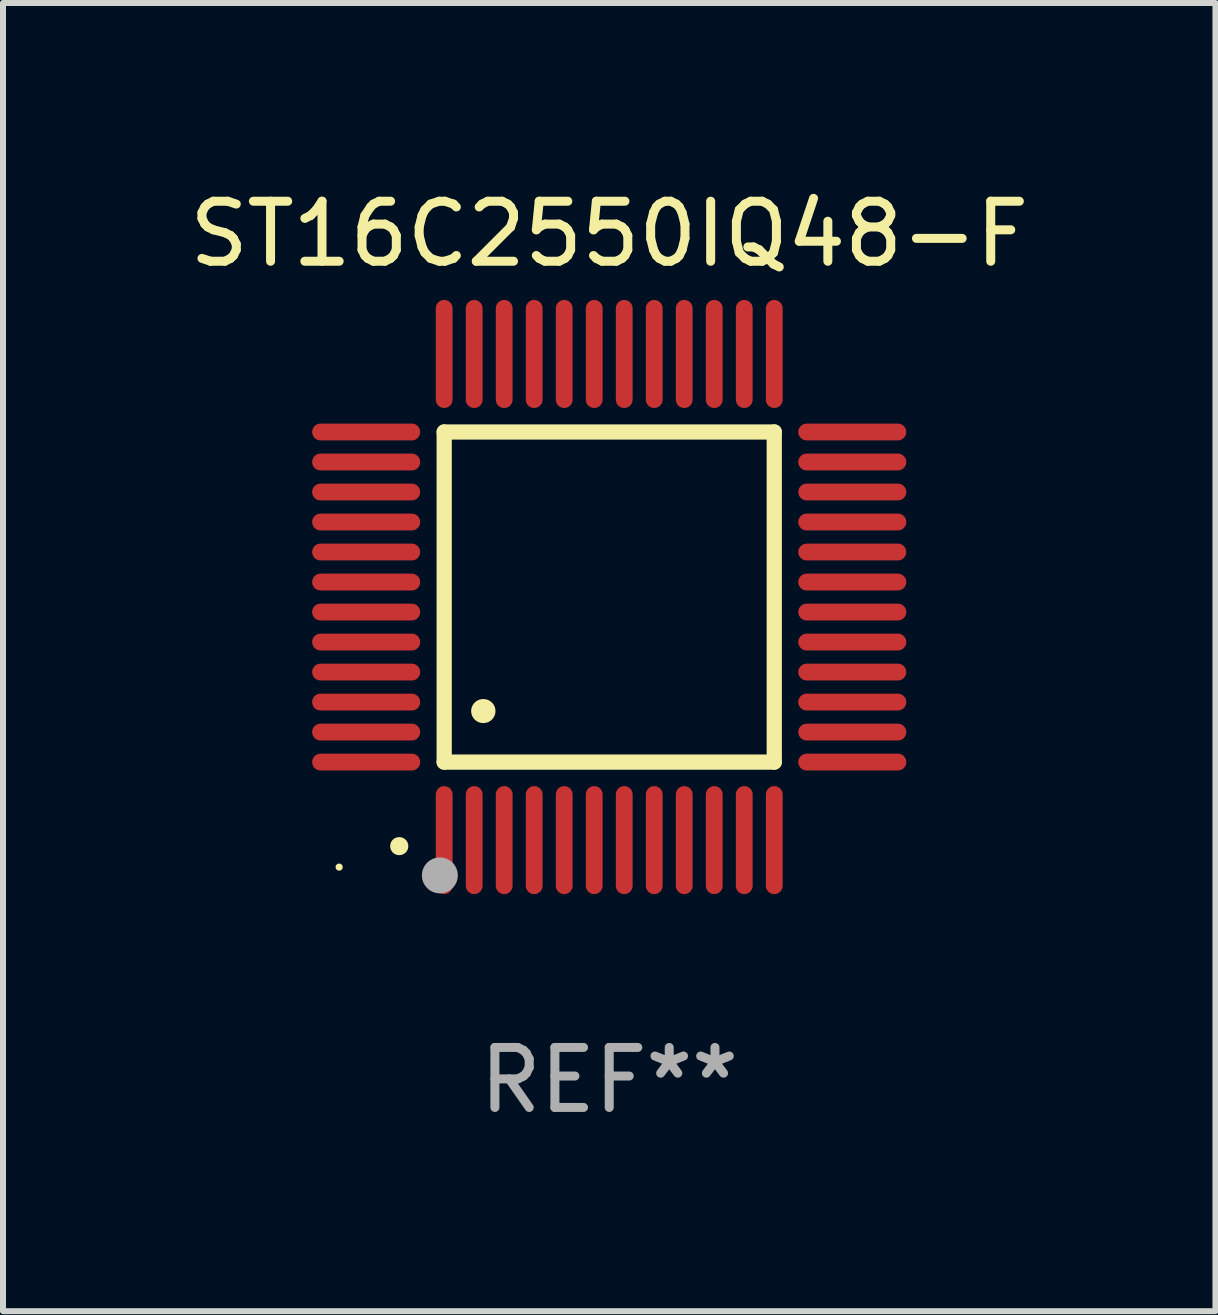
<source format=kicad_pcb>
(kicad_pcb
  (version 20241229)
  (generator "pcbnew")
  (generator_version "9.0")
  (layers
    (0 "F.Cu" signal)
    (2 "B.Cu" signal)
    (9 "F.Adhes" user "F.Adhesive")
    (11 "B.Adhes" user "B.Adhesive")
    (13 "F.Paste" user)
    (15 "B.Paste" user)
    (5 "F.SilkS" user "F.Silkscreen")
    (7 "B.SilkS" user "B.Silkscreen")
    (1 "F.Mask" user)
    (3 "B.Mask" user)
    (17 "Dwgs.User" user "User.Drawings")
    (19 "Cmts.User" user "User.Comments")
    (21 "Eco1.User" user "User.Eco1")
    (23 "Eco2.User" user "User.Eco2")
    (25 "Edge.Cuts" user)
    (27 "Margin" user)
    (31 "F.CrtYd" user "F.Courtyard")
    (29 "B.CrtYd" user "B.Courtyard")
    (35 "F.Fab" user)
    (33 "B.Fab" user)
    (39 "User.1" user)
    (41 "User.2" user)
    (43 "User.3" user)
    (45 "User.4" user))
  (footprint "ST16C2550IQ48-F"
    (layer "F.Cu")
    (at 7.101 6.898)
    (property "Reference" "ST16C2550IQ48-F" (at 0 -6.05 0) (layer "F.SilkS") (effects (font (size 1 1) (thickness 0.15))))
    (attr through_hole)
    (fp_line (start -2.75 -2.75) (end 2.75 -2.75) (stroke (width 0.254) (type solid)) (layer "F.SilkS"))
    (fp_line (start -2.75 2.75) (end -2.75 -2.75) (stroke (width 0.254) (type solid)) (layer "F.SilkS"))
    (fp_line (start 2.75 -2.75) (end 2.75 2.75) (stroke (width 0.254) (type solid)) (layer "F.SilkS"))
    (fp_line (start 2.75 2.75) (end -2.75 2.75) (stroke (width 0.254) (type solid)) (layer "F.SilkS"))
    (fp_arc (start -3.500127 4.150368) (mid -3.498857 4.150363) (end -3.497587 4.150368) (stroke (width 0.3) (type solid)) (layer "F.SilkS"))
    (fp_arc (start -2.100584 1.899924) (mid -2.098044 1.899908) (end -2.095504 1.899924) (stroke (width 0.4) (type solid)) (layer "F.SilkS"))
    (fp_circle (center -4.5 4.5) (end -4.47 4.5) (stroke (width 0.06) (type solid)) (fill no) (layer "F.SilkS"))
    (fp_circle (center -2.822 4.638) (end -2.672 4.638) (stroke (width 0.3) (type solid)) (fill no) (layer "F.Fab"))
    (fp_text user "REF**" (at 0 8.05 0) (layer "F.Fab") (effects (font (size 1 1) (thickness 0.15))))
    (pad "1" smd oval (at -2.75 4.05) (size 0.28 1.8) (layers "F.Cu" "F.Mask" "F.Paste"))
    (pad "2" smd oval (at -2.25 4.05) (size 0.28 1.8) (layers "F.Cu" "F.Mask" "F.Paste"))
    (pad "3" smd oval (at -1.75 4.05) (size 0.28 1.8) (layers "F.Cu" "F.Mask" "F.Paste"))
    (pad "4" smd oval (at -1.25 4.05) (size 0.28 1.8) (layers "F.Cu" "F.Mask" "F.Paste"))
    (pad "5" smd oval (at -0.75 4.05) (size 0.28 1.8) (layers "F.Cu" "F.Mask" "F.Paste"))
    (pad "6" smd oval (at -0.25 4.05) (size 0.28 1.8) (layers "F.Cu" "F.Mask" "F.Paste"))
    (pad "7" smd oval (at 0.25 4.05) (size 0.28 1.8) (layers "F.Cu" "F.Mask" "F.Paste"))
    (pad "8" smd oval (at 0.75 4.05) (size 0.28 1.8) (layers "F.Cu" "F.Mask" "F.Paste"))
    (pad "9" smd oval (at 1.25 4.05) (size 0.28 1.8) (layers "F.Cu" "F.Mask" "F.Paste"))
    (pad "10" smd oval (at 1.75 4.05) (size 0.28 1.8) (layers "F.Cu" "F.Mask" "F.Paste"))
    (pad "11" smd oval (at 2.25 4.05) (size 0.28 1.8) (layers "F.Cu" "F.Mask" "F.Paste"))
    (pad "12" smd oval (at 2.75 4.05) (size 0.28 1.8) (layers "F.Cu" "F.Mask" "F.Paste"))
    (pad "13" smd oval (at 4.05 2.75) (size 1.8 0.28) (layers "F.Cu" "F.Mask" "F.Paste"))
    (pad "14" smd oval (at 4.05 2.25) (size 1.8 0.28) (layers "F.Cu" "F.Mask" "F.Paste"))
    (pad "15" smd oval (at 4.05 1.75) (size 1.8 0.28) (layers "F.Cu" "F.Mask" "F.Paste"))
    (pad "16" smd oval (at 4.05 1.25) (size 1.8 0.28) (layers "F.Cu" "F.Mask" "F.Paste"))
    (pad "17" smd oval (at 4.05 0.75) (size 1.8 0.28) (layers "F.Cu" "F.Mask" "F.Paste"))
    (pad "18" smd oval (at 4.05 0.25) (size 1.8 0.28) (layers "F.Cu" "F.Mask" "F.Paste"))
    (pad "19" smd oval (at 4.05 -0.25) (size 1.8 0.28) (layers "F.Cu" "F.Mask" "F.Paste"))
    (pad "20" smd oval (at 4.05 -0.75) (size 1.8 0.28) (layers "F.Cu" "F.Mask" "F.Paste"))
    (pad "21" smd oval (at 4.05 -1.25) (size 1.8 0.28) (layers "F.Cu" "F.Mask" "F.Paste"))
    (pad "22" smd oval (at 4.05 -1.75) (size 1.8 0.28) (layers "F.Cu" "F.Mask" "F.Paste"))
    (pad "23" smd oval (at 4.05 -2.25) (size 1.8 0.28) (layers "F.Cu" "F.Mask" "F.Paste"))
    (pad "24" smd oval (at 4.05 -2.75) (size 1.8 0.28) (layers "F.Cu" "F.Mask" "F.Paste"))
    (pad "25" smd oval (at 2.75 -4.05) (size 0.28 1.8) (layers "F.Cu" "F.Mask" "F.Paste"))
    (pad "26" smd oval (at 2.25 -4.05) (size 0.28 1.8) (layers "F.Cu" "F.Mask" "F.Paste"))
    (pad "27" smd oval (at 1.75 -4.05) (size 0.28 1.8) (layers "F.Cu" "F.Mask" "F.Paste"))
    (pad "28" smd oval (at 1.25 -4.05) (size 0.28 1.8) (layers "F.Cu" "F.Mask" "F.Paste"))
    (pad "29" smd oval (at 0.75 -4.05) (size 0.28 1.8) (layers "F.Cu" "F.Mask" "F.Paste"))
    (pad "30" smd oval (at 0.25 -4.05) (size 0.28 1.8) (layers "F.Cu" "F.Mask" "F.Paste"))
    (pad "31" smd oval (at -0.25 -4.05) (size 0.28 1.8) (layers "F.Cu" "F.Mask" "F.Paste"))
    (pad "32" smd oval (at -0.75 -4.05) (size 0.28 1.8) (layers "F.Cu" "F.Mask" "F.Paste"))
    (pad "33" smd oval (at -1.25 -4.05) (size 0.28 1.8) (layers "F.Cu" "F.Mask" "F.Paste"))
    (pad "34" smd oval (at -1.75 -4.05) (size 0.28 1.8) (layers "F.Cu" "F.Mask" "F.Paste"))
    (pad "35" smd oval (at -2.25 -4.05) (size 0.28 1.8) (layers "F.Cu" "F.Mask" "F.Paste"))
    (pad "36" smd oval (at -2.75 -4.05) (size 0.28 1.8) (layers "F.Cu" "F.Mask" "F.Paste"))
    (pad "37" smd oval (at -4.05 -2.75) (size 1.8 0.28) (layers "F.Cu" "F.Mask" "F.Paste"))
    (pad "38" smd oval (at -4.05 -2.25) (size 1.8 0.28) (layers "F.Cu" "F.Mask" "F.Paste"))
    (pad "39" smd oval (at -4.05 -1.75) (size 1.8 0.28) (layers "F.Cu" "F.Mask" "F.Paste"))
    (pad "40" smd oval (at -4.05 -1.25) (size 1.8 0.28) (layers "F.Cu" "F.Mask" "F.Paste"))
    (pad "41" smd oval (at -4.05 -0.75) (size 1.8 0.28) (layers "F.Cu" "F.Mask" "F.Paste"))
    (pad "42" smd oval (at -4.05 -0.25) (size 1.8 0.28) (layers "F.Cu" "F.Mask" "F.Paste"))
    (pad "43" smd oval (at -4.05 0.25) (size 1.8 0.28) (layers "F.Cu" "F.Mask" "F.Paste"))
    (pad "44" smd oval (at -4.05 0.75) (size 1.8 0.28) (layers "F.Cu" "F.Mask" "F.Paste"))
    (pad "45" smd oval (at -4.05 1.25) (size 1.8 0.28) (layers "F.Cu" "F.Mask" "F.Paste"))
    (pad "46" smd oval (at -4.05 1.75) (size 1.8 0.28) (layers "F.Cu" "F.Mask" "F.Paste"))
    (pad "47" smd oval (at -4.05 2.25) (size 1.8 0.28) (layers "F.Cu" "F.Mask" "F.Paste"))
    (pad "48" smd oval (at -4.05 2.75) (size 1.8 0.28) (layers "F.Cu" "F.Mask" "F.Paste")))
  (gr_rect
    (start -3 -3)
    (end 17.202 18.797)
    (stroke (width 0.1) (type default))
    (fill no)
    (layer "Edge.Cuts")))
</source>
